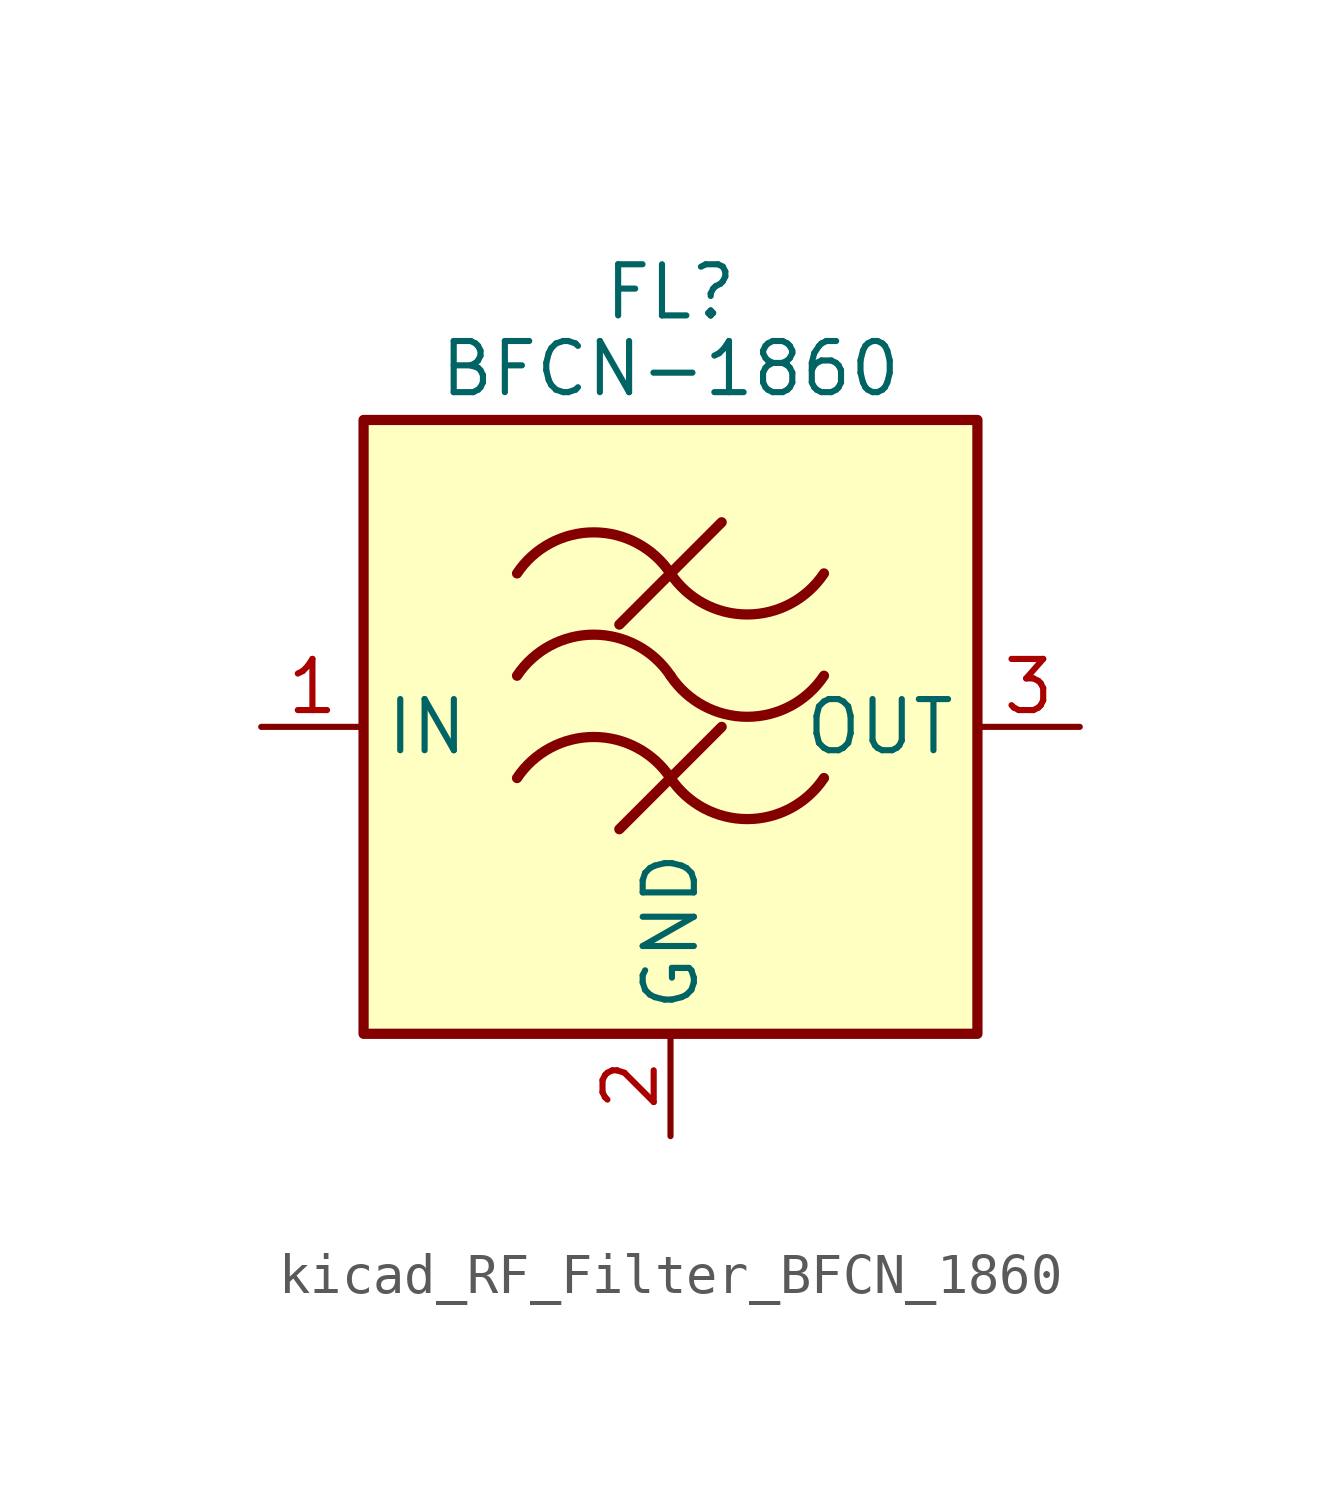
<source format=kicad_sym>
(kicad_symbol_lib
  (version 20220914)
  (generator kicad_symbol_editor)
  (symbol "kicad_RF_Filter_BFCN_1860"
    (property "Reference" "FL"
      (at 0 10.795 0)
      (effects (font (size 1.27 1.27))))
    (property "Value" "BFCN-1860"
      (at 0 8.89 0)
      (effects (font (size 1.27 1.27))))
    (symbol "kicad_RF_Filter_BFCN_1860_0_1"
      (rectangle (start -7.62 7.62) (end 7.62 -7.62) (stroke (width 0.254) (type default)) (fill (type background)))
      (arc (start 0 -1.27) (mid -1.905 -0.2505) (end -3.81 -1.27) (stroke (width 0.254) (type default)) (fill (type none)))
      (arc (start 0 -1.27) (mid 1.905 -2.2895) (end 3.81 -1.27) (stroke (width 0.254) (type default)) (fill (type none)))
      (polyline (pts (xy -1.27 -2.54) (xy 1.27 0)) (stroke (width 0.254) (type default)) (fill (type none)))
      (polyline (pts (xy -1.27 2.54) (xy 1.27 5.08)) (stroke (width 0.254) (type default)) (fill (type none)))
      (arc (start 0 1.27) (mid -1.905 2.2895) (end -3.81 1.27) (stroke (width 0.254) (type default)) (fill (type none)))
      (arc (start 0 1.27) (mid 1.905 0.2505) (end 3.81 1.27) (stroke (width 0.254) (type default)) (fill (type none)))
      (arc (start 0 3.81) (mid -1.905 4.8295) (end -3.81 3.81) (stroke (width 0.254) (type default)) (fill (type none)))
      (arc (start 0 3.81) (mid 1.905 2.7905) (end 3.81 3.81) (stroke (width 0.254) (type default)) (fill (type none))))
    (symbol "kicad_RF_Filter_BFCN_1860_1_1"
      (pin passive line (at -10.16 0 0) (length 2.54) (name "IN" (effects (font (size 1.27 1.27)))) (number "1" (effects (font (size 1.27 1.27)))))
      (pin passive line (at 0 -10.16 90) (length 2.54) (name "GND" (effects (font (size 1.27 1.27)))) (number "2" (effects (font (size 1.27 1.27)))))
      (pin passive line (at 10.16 0 180) (length 2.54) (name "OUT" (effects (font (size 1.27 1.27)))) (number "3" (effects (font (size 1.27 1.27)))))
      (pin passive line (at 0 -10.16 90) (length 2.54) hide (name "GND" (effects (font (size 1.27 1.27)))) (number "4" (effects (font (size 1.27 1.27))))))))
</source>
